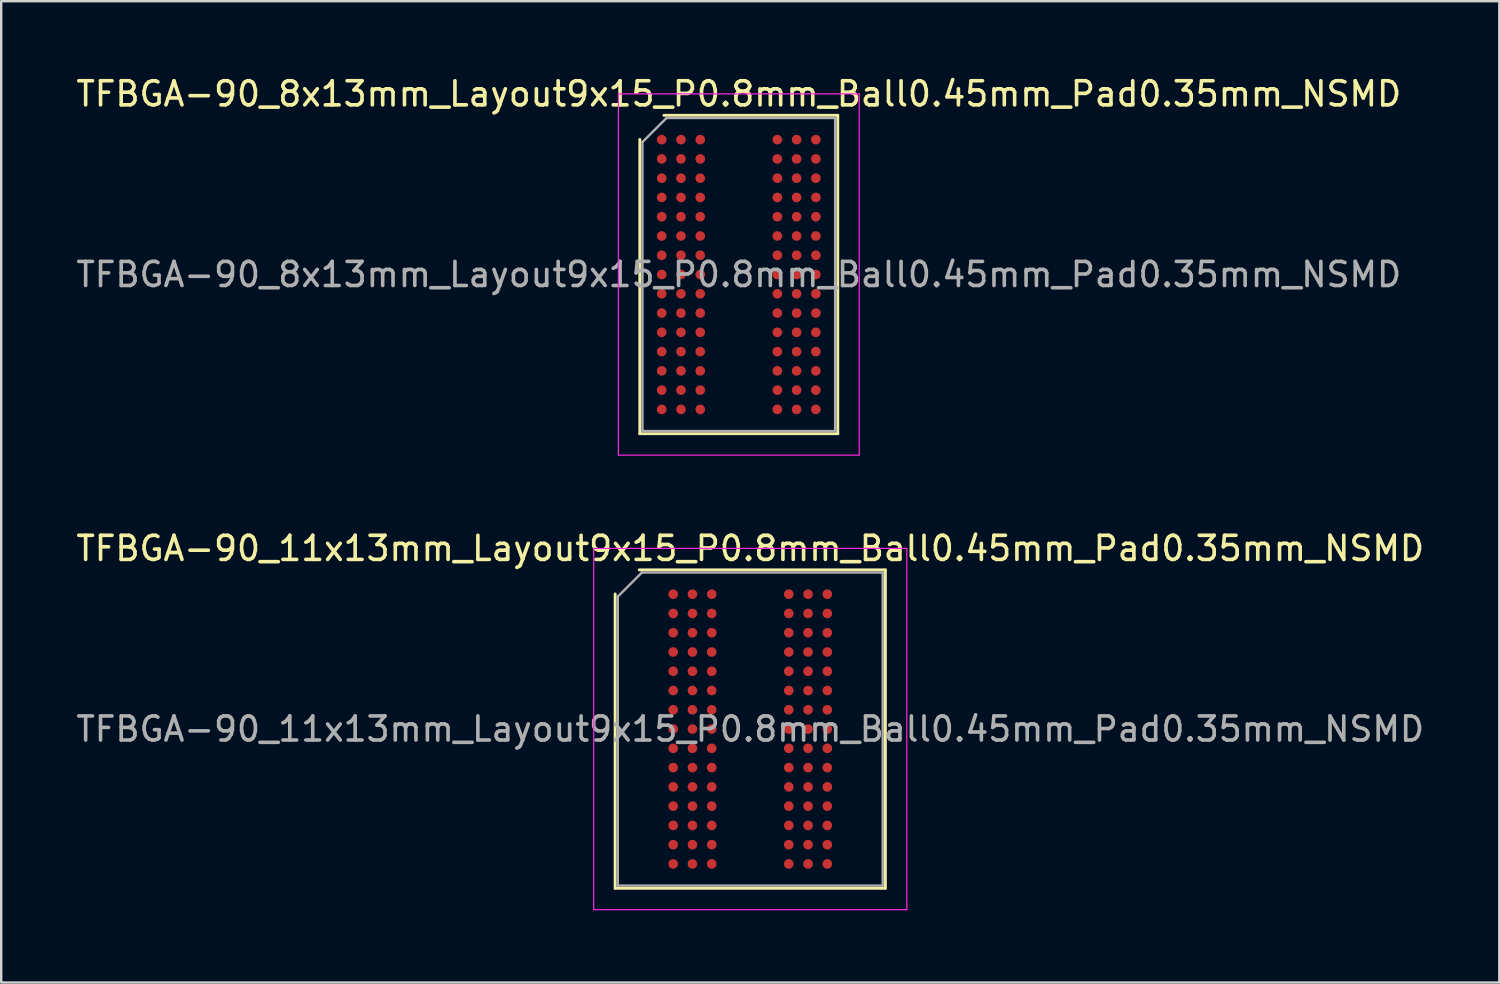
<source format=kicad_pcb>
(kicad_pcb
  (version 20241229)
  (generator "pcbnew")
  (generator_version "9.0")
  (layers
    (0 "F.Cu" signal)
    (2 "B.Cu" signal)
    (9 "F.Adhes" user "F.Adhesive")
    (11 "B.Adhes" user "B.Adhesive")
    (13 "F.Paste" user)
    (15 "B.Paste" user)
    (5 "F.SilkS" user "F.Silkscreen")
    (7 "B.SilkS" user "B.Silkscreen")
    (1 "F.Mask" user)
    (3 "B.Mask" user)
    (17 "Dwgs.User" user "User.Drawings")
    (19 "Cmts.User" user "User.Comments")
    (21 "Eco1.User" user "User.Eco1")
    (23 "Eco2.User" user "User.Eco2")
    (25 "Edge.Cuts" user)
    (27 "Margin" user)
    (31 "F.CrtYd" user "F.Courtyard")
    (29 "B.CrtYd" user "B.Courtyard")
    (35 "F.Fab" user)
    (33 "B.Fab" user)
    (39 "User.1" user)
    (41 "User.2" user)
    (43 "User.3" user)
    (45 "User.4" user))
  (footprint "TFBGA-90_11x13mm_Layout9x15_P0.8mm_Ball0.45mm_Pad0.35mm_NSMD"
    (layer "F.Cu")
    (at 28.101 27.221)
    (property "Reference" "TFBGA-90_11x13mm_Layout9x15_P0.8mm_Ball0.45mm_Pad0.35mm_NSMD" (at 0 -7.5 0) (layer "F.SilkS") (effects (font (size 1 1) (thickness 0.15))))
    (attr smd)
    (fp_line (start -5.61 6.61) (end -5.61 -5.61) (stroke (width 0.12) (type solid)) (layer "F.SilkS"))
    (fp_line (start -4.61 -6.61) (end 5.61 -6.61) (stroke (width 0.12) (type solid)) (layer "F.SilkS"))
    (fp_line (start 5.61 -6.61) (end 5.61 6.61) (stroke (width 0.12) (type solid)) (layer "F.SilkS"))
    (fp_line (start 5.61 6.61) (end -5.61 6.61) (stroke (width 0.12) (type solid)) (layer "F.SilkS"))
    (fp_line (start -6.5 -7.5) (end -6.5 7.5) (stroke (width 0.05) (type solid)) (layer "F.CrtYd"))
    (fp_line (start -6.5 7.5) (end 6.5 7.5) (stroke (width 0.05) (type solid)) (layer "F.CrtYd"))
    (fp_line (start 6.5 -7.5) (end -6.5 -7.5) (stroke (width 0.05) (type solid)) (layer "F.CrtYd"))
    (fp_line (start 6.5 7.5) (end 6.5 -7.5) (stroke (width 0.05) (type solid)) (layer "F.CrtYd"))
    (fp_line (start -5.5 -5.5) (end -4.5 -6.5) (stroke (width 0.1) (type solid)) (layer "F.Fab"))
    (fp_line (start -5.5 6.5) (end -5.5 -5.5) (stroke (width 0.1) (type solid)) (layer "F.Fab"))
    (fp_line (start -4.5 -6.5) (end 5.5 -6.5) (stroke (width 0.1) (type solid)) (layer "F.Fab"))
    (fp_line (start 5.5 -6.5) (end 5.5 6.5) (stroke (width 0.1) (type solid)) (layer "F.Fab"))
    (fp_line (start 5.5 6.5) (end -5.5 6.5) (stroke (width 0.1) (type solid)) (layer "F.Fab"))
    (fp_text user "${REFERENCE}" (at 0 0 0) (layer "F.Fab") (effects (font (size 1 1) (thickness 0.15))))
    (pad "A1" smd circle (at -3.2 -5.6) (size 0.4 0.4) (layers "F.Cu" "F.Mask" "F.Paste"))
    (pad "A2" smd circle (at -2.4 -5.6) (size 0.4 0.4) (layers "F.Cu" "F.Mask" "F.Paste"))
    (pad "A3" smd circle (at -1.6 -5.6) (size 0.4 0.4) (layers "F.Cu" "F.Mask" "F.Paste"))
    (pad "A7" smd circle (at 1.6 -5.6) (size 0.4 0.4) (layers "F.Cu" "F.Mask" "F.Paste"))
    (pad "A8" smd circle (at 2.4 -5.6) (size 0.4 0.4) (layers "F.Cu" "F.Mask" "F.Paste"))
    (pad "A9" smd circle (at 3.2 -5.6) (size 0.4 0.4) (layers "F.Cu" "F.Mask" "F.Paste"))
    (pad "B1" smd circle (at -3.2 -4.8) (size 0.4 0.4) (layers "F.Cu" "F.Mask" "F.Paste"))
    (pad "B2" smd circle (at -2.4 -4.8) (size 0.4 0.4) (layers "F.Cu" "F.Mask" "F.Paste"))
    (pad "B3" smd circle (at -1.6 -4.8) (size 0.4 0.4) (layers "F.Cu" "F.Mask" "F.Paste"))
    (pad "B7" smd circle (at 1.6 -4.8) (size 0.4 0.4) (layers "F.Cu" "F.Mask" "F.Paste"))
    (pad "B8" smd circle (at 2.4 -4.8) (size 0.4 0.4) (layers "F.Cu" "F.Mask" "F.Paste"))
    (pad "B9" smd circle (at 3.2 -4.8) (size 0.4 0.4) (layers "F.Cu" "F.Mask" "F.Paste"))
    (pad "C1" smd circle (at -3.2 -4) (size 0.4 0.4) (layers "F.Cu" "F.Mask" "F.Paste"))
    (pad "C2" smd circle (at -2.4 -4) (size 0.4 0.4) (layers "F.Cu" "F.Mask" "F.Paste"))
    (pad "C3" smd circle (at -1.6 -4) (size 0.4 0.4) (layers "F.Cu" "F.Mask" "F.Paste"))
    (pad "C7" smd circle (at 1.6 -4) (size 0.4 0.4) (layers "F.Cu" "F.Mask" "F.Paste"))
    (pad "C8" smd circle (at 2.4 -4) (size 0.4 0.4) (layers "F.Cu" "F.Mask" "F.Paste"))
    (pad "C9" smd circle (at 3.2 -4) (size 0.4 0.4) (layers "F.Cu" "F.Mask" "F.Paste"))
    (pad "D1" smd circle (at -3.2 -3.2) (size 0.4 0.4) (layers "F.Cu" "F.Mask" "F.Paste"))
    (pad "D2" smd circle (at -2.4 -3.2) (size 0.4 0.4) (layers "F.Cu" "F.Mask" "F.Paste"))
    (pad "D3" smd circle (at -1.6 -3.2) (size 0.4 0.4) (layers "F.Cu" "F.Mask" "F.Paste"))
    (pad "D7" smd circle (at 1.6 -3.2) (size 0.4 0.4) (layers "F.Cu" "F.Mask" "F.Paste"))
    (pad "D8" smd circle (at 2.4 -3.2) (size 0.4 0.4) (layers "F.Cu" "F.Mask" "F.Paste"))
    (pad "D9" smd circle (at 3.2 -3.2) (size 0.4 0.4) (layers "F.Cu" "F.Mask" "F.Paste"))
    (pad "E1" smd circle (at -3.2 -2.4) (size 0.4 0.4) (layers "F.Cu" "F.Mask" "F.Paste"))
    (pad "E2" smd circle (at -2.4 -2.4) (size 0.4 0.4) (layers "F.Cu" "F.Mask" "F.Paste"))
    (pad "E3" smd circle (at -1.6 -2.4) (size 0.4 0.4) (layers "F.Cu" "F.Mask" "F.Paste"))
    (pad "E7" smd circle (at 1.6 -2.4) (size 0.4 0.4) (layers "F.Cu" "F.Mask" "F.Paste"))
    (pad "E8" smd circle (at 2.4 -2.4) (size 0.4 0.4) (layers "F.Cu" "F.Mask" "F.Paste"))
    (pad "E9" smd circle (at 3.2 -2.4) (size 0.4 0.4) (layers "F.Cu" "F.Mask" "F.Paste"))
    (pad "F1" smd circle (at -3.2 -1.6) (size 0.4 0.4) (layers "F.Cu" "F.Mask" "F.Paste"))
    (pad "F2" smd circle (at -2.4 -1.6) (size 0.4 0.4) (layers "F.Cu" "F.Mask" "F.Paste"))
    (pad "F3" smd circle (at -1.6 -1.6) (size 0.4 0.4) (layers "F.Cu" "F.Mask" "F.Paste"))
    (pad "F7" smd circle (at 1.6 -1.6) (size 0.4 0.4) (layers "F.Cu" "F.Mask" "F.Paste"))
    (pad "F8" smd circle (at 2.4 -1.6) (size 0.4 0.4) (layers "F.Cu" "F.Mask" "F.Paste"))
    (pad "F9" smd circle (at 3.2 -1.6) (size 0.4 0.4) (layers "F.Cu" "F.Mask" "F.Paste"))
    (pad "G1" smd circle (at -3.2 -0.8) (size 0.4 0.4) (layers "F.Cu" "F.Mask" "F.Paste"))
    (pad "G2" smd circle (at -2.4 -0.8) (size 0.4 0.4) (layers "F.Cu" "F.Mask" "F.Paste"))
    (pad "G3" smd circle (at -1.6 -0.8) (size 0.4 0.4) (layers "F.Cu" "F.Mask" "F.Paste"))
    (pad "G7" smd circle (at 1.6 -0.8) (size 0.4 0.4) (layers "F.Cu" "F.Mask" "F.Paste"))
    (pad "G8" smd circle (at 2.4 -0.8) (size 0.4 0.4) (layers "F.Cu" "F.Mask" "F.Paste"))
    (pad "G9" smd circle (at 3.2 -0.8) (size 0.4 0.4) (layers "F.Cu" "F.Mask" "F.Paste"))
    (pad "H1" smd circle (at -3.2 0) (size 0.4 0.4) (layers "F.Cu" "F.Mask" "F.Paste"))
    (pad "H2" smd circle (at -2.4 0) (size 0.4 0.4) (layers "F.Cu" "F.Mask" "F.Paste"))
    (pad "H3" smd circle (at -1.6 0) (size 0.4 0.4) (layers "F.Cu" "F.Mask" "F.Paste"))
    (pad "H7" smd circle (at 1.6 0) (size 0.4 0.4) (layers "F.Cu" "F.Mask" "F.Paste"))
    (pad "H8" smd circle (at 2.4 0) (size 0.4 0.4) (layers "F.Cu" "F.Mask" "F.Paste"))
    (pad "H9" smd circle (at 3.2 0) (size 0.4 0.4) (layers "F.Cu" "F.Mask" "F.Paste"))
    (pad "J1" smd circle (at -3.2 0.8) (size 0.4 0.4) (layers "F.Cu" "F.Mask" "F.Paste"))
    (pad "J2" smd circle (at -2.4 0.8) (size 0.4 0.4) (layers "F.Cu" "F.Mask" "F.Paste"))
    (pad "J3" smd circle (at -1.6 0.8) (size 0.4 0.4) (layers "F.Cu" "F.Mask" "F.Paste"))
    (pad "J7" smd circle (at 1.6 0.8) (size 0.4 0.4) (layers "F.Cu" "F.Mask" "F.Paste"))
    (pad "J8" smd circle (at 2.4 0.8) (size 0.4 0.4) (layers "F.Cu" "F.Mask" "F.Paste"))
    (pad "J9" smd circle (at 3.2 0.8) (size 0.4 0.4) (layers "F.Cu" "F.Mask" "F.Paste"))
    (pad "K1" smd circle (at -3.2 1.6) (size 0.4 0.4) (layers "F.Cu" "F.Mask" "F.Paste"))
    (pad "K2" smd circle (at -2.4 1.6) (size 0.4 0.4) (layers "F.Cu" "F.Mask" "F.Paste"))
    (pad "K3" smd circle (at -1.6 1.6) (size 0.4 0.4) (layers "F.Cu" "F.Mask" "F.Paste"))
    (pad "K7" smd circle (at 1.6 1.6) (size 0.4 0.4) (layers "F.Cu" "F.Mask" "F.Paste"))
    (pad "K8" smd circle (at 2.4 1.6) (size 0.4 0.4) (layers "F.Cu" "F.Mask" "F.Paste"))
    (pad "K9" smd circle (at 3.2 1.6) (size 0.4 0.4) (layers "F.Cu" "F.Mask" "F.Paste"))
    (pad "L1" smd circle (at -3.2 2.4) (size 0.4 0.4) (layers "F.Cu" "F.Mask" "F.Paste"))
    (pad "L2" smd circle (at -2.4 2.4) (size 0.4 0.4) (layers "F.Cu" "F.Mask" "F.Paste"))
    (pad "L3" smd circle (at -1.6 2.4) (size 0.4 0.4) (layers "F.Cu" "F.Mask" "F.Paste"))
    (pad "L7" smd circle (at 1.6 2.4) (size 0.4 0.4) (layers "F.Cu" "F.Mask" "F.Paste"))
    (pad "L8" smd circle (at 2.4 2.4) (size 0.4 0.4) (layers "F.Cu" "F.Mask" "F.Paste"))
    (pad "L9" smd circle (at 3.2 2.4) (size 0.4 0.4) (layers "F.Cu" "F.Mask" "F.Paste"))
    (pad "M1" smd circle (at -3.2 3.2) (size 0.4 0.4) (layers "F.Cu" "F.Mask" "F.Paste"))
    (pad "M2" smd circle (at -2.4 3.2) (size 0.4 0.4) (layers "F.Cu" "F.Mask" "F.Paste"))
    (pad "M3" smd circle (at -1.6 3.2) (size 0.4 0.4) (layers "F.Cu" "F.Mask" "F.Paste"))
    (pad "M7" smd circle (at 1.6 3.2) (size 0.4 0.4) (layers "F.Cu" "F.Mask" "F.Paste"))
    (pad "M8" smd circle (at 2.4 3.2) (size 0.4 0.4) (layers "F.Cu" "F.Mask" "F.Paste"))
    (pad "M9" smd circle (at 3.2 3.2) (size 0.4 0.4) (layers "F.Cu" "F.Mask" "F.Paste"))
    (pad "N1" smd circle (at -3.2 4) (size 0.4 0.4) (layers "F.Cu" "F.Mask" "F.Paste"))
    (pad "N2" smd circle (at -2.4 4) (size 0.4 0.4) (layers "F.Cu" "F.Mask" "F.Paste"))
    (pad "N3" smd circle (at -1.6 4) (size 0.4 0.4) (layers "F.Cu" "F.Mask" "F.Paste"))
    (pad "N7" smd circle (at 1.6 4) (size 0.4 0.4) (layers "F.Cu" "F.Mask" "F.Paste"))
    (pad "N8" smd circle (at 2.4 4) (size 0.4 0.4) (layers "F.Cu" "F.Mask" "F.Paste"))
    (pad "N9" smd circle (at 3.2 4) (size 0.4 0.4) (layers "F.Cu" "F.Mask" "F.Paste"))
    (pad "P1" smd circle (at -3.2 4.8) (size 0.4 0.4) (layers "F.Cu" "F.Mask" "F.Paste"))
    (pad "P2" smd circle (at -2.4 4.8) (size 0.4 0.4) (layers "F.Cu" "F.Mask" "F.Paste"))
    (pad "P3" smd circle (at -1.6 4.8) (size 0.4 0.4) (layers "F.Cu" "F.Mask" "F.Paste"))
    (pad "P7" smd circle (at 1.6 4.8) (size 0.4 0.4) (layers "F.Cu" "F.Mask" "F.Paste"))
    (pad "P8" smd circle (at 2.4 4.8) (size 0.4 0.4) (layers "F.Cu" "F.Mask" "F.Paste"))
    (pad "P9" smd circle (at 3.2 4.8) (size 0.4 0.4) (layers "F.Cu" "F.Mask" "F.Paste"))
    (pad "R1" smd circle (at -3.2 5.6) (size 0.4 0.4) (layers "F.Cu" "F.Mask" "F.Paste"))
    (pad "R2" smd circle (at -2.4 5.6) (size 0.4 0.4) (layers "F.Cu" "F.Mask" "F.Paste"))
    (pad "R3" smd circle (at -1.6 5.6) (size 0.4 0.4) (layers "F.Cu" "F.Mask" "F.Paste"))
    (pad "R7" smd circle (at 1.6 5.6) (size 0.4 0.4) (layers "F.Cu" "F.Mask" "F.Paste"))
    (pad "R8" smd circle (at 2.4 5.6) (size 0.4 0.4) (layers "F.Cu" "F.Mask" "F.Paste"))
    (pad "R9" smd circle (at 3.2 5.6) (size 0.4 0.4) (layers "F.Cu" "F.Mask" "F.Paste")))
  (footprint "TFBGA-90_8x13mm_Layout9x15_P0.8mm_Ball0.45mm_Pad0.35mm_NSMD"
    (layer "F.Cu")
    (at 27.625 8.348)
    (property "Reference" "TFBGA-90_8x13mm_Layout9x15_P0.8mm_Ball0.45mm_Pad0.35mm_NSMD" (at 0 -7.5 0) (layer "F.SilkS") (effects (font (size 1 1) (thickness 0.15))))
    (attr smd)
    (fp_line (start -4.11 6.61) (end -4.11 -5.61) (stroke (width 0.12) (type solid)) (layer "F.SilkS"))
    (fp_line (start -3.11 -6.61) (end 4.11 -6.61) (stroke (width 0.12) (type solid)) (layer "F.SilkS"))
    (fp_line (start 4.11 -6.61) (end 4.11 6.61) (stroke (width 0.12) (type solid)) (layer "F.SilkS"))
    (fp_line (start 4.11 6.61) (end -4.11 6.61) (stroke (width 0.12) (type solid)) (layer "F.SilkS"))
    (fp_line (start -5 -7.5) (end -5 7.5) (stroke (width 0.05) (type solid)) (layer "F.CrtYd"))
    (fp_line (start -5 7.5) (end 5 7.5) (stroke (width 0.05) (type solid)) (layer "F.CrtYd"))
    (fp_line (start 5 -7.5) (end -5 -7.5) (stroke (width 0.05) (type solid)) (layer "F.CrtYd"))
    (fp_line (start 5 7.5) (end 5 -7.5) (stroke (width 0.05) (type solid)) (layer "F.CrtYd"))
    (fp_line (start -4 -5.5) (end -3 -6.5) (stroke (width 0.1) (type solid)) (layer "F.Fab"))
    (fp_line (start -4 6.5) (end -4 -5.5) (stroke (width 0.1) (type solid)) (layer "F.Fab"))
    (fp_line (start -3 -6.5) (end 4 -6.5) (stroke (width 0.1) (type solid)) (layer "F.Fab"))
    (fp_line (start 4 -6.5) (end 4 6.5) (stroke (width 0.1) (type solid)) (layer "F.Fab"))
    (fp_line (start 4 6.5) (end -4 6.5) (stroke (width 0.1) (type solid)) (layer "F.Fab"))
    (fp_text user "${REFERENCE}" (at 0 0 0) (layer "F.Fab") (effects (font (size 1 1) (thickness 0.15))))
    (pad "A1" smd circle (at -3.2 -5.6) (size 0.4 0.4) (layers "F.Cu" "F.Mask" "F.Paste"))
    (pad "A2" smd circle (at -2.4 -5.6) (size 0.4 0.4) (layers "F.Cu" "F.Mask" "F.Paste"))
    (pad "A3" smd circle (at -1.6 -5.6) (size 0.4 0.4) (layers "F.Cu" "F.Mask" "F.Paste"))
    (pad "A7" smd circle (at 1.6 -5.6) (size 0.4 0.4) (layers "F.Cu" "F.Mask" "F.Paste"))
    (pad "A8" smd circle (at 2.4 -5.6) (size 0.4 0.4) (layers "F.Cu" "F.Mask" "F.Paste"))
    (pad "A9" smd circle (at 3.2 -5.6) (size 0.4 0.4) (layers "F.Cu" "F.Mask" "F.Paste"))
    (pad "B1" smd circle (at -3.2 -4.8) (size 0.4 0.4) (layers "F.Cu" "F.Mask" "F.Paste"))
    (pad "B2" smd circle (at -2.4 -4.8) (size 0.4 0.4) (layers "F.Cu" "F.Mask" "F.Paste"))
    (pad "B3" smd circle (at -1.6 -4.8) (size 0.4 0.4) (layers "F.Cu" "F.Mask" "F.Paste"))
    (pad "B7" smd circle (at 1.6 -4.8) (size 0.4 0.4) (layers "F.Cu" "F.Mask" "F.Paste"))
    (pad "B8" smd circle (at 2.4 -4.8) (size 0.4 0.4) (layers "F.Cu" "F.Mask" "F.Paste"))
    (pad "B9" smd circle (at 3.2 -4.8) (size 0.4 0.4) (layers "F.Cu" "F.Mask" "F.Paste"))
    (pad "C1" smd circle (at -3.2 -4) (size 0.4 0.4) (layers "F.Cu" "F.Mask" "F.Paste"))
    (pad "C2" smd circle (at -2.4 -4) (size 0.4 0.4) (layers "F.Cu" "F.Mask" "F.Paste"))
    (pad "C3" smd circle (at -1.6 -4) (size 0.4 0.4) (layers "F.Cu" "F.Mask" "F.Paste"))
    (pad "C7" smd circle (at 1.6 -4) (size 0.4 0.4) (layers "F.Cu" "F.Mask" "F.Paste"))
    (pad "C8" smd circle (at 2.4 -4) (size 0.4 0.4) (layers "F.Cu" "F.Mask" "F.Paste"))
    (pad "C9" smd circle (at 3.2 -4) (size 0.4 0.4) (layers "F.Cu" "F.Mask" "F.Paste"))
    (pad "D1" smd circle (at -3.2 -3.2) (size 0.4 0.4) (layers "F.Cu" "F.Mask" "F.Paste"))
    (pad "D2" smd circle (at -2.4 -3.2) (size 0.4 0.4) (layers "F.Cu" "F.Mask" "F.Paste"))
    (pad "D3" smd circle (at -1.6 -3.2) (size 0.4 0.4) (layers "F.Cu" "F.Mask" "F.Paste"))
    (pad "D7" smd circle (at 1.6 -3.2) (size 0.4 0.4) (layers "F.Cu" "F.Mask" "F.Paste"))
    (pad "D8" smd circle (at 2.4 -3.2) (size 0.4 0.4) (layers "F.Cu" "F.Mask" "F.Paste"))
    (pad "D9" smd circle (at 3.2 -3.2) (size 0.4 0.4) (layers "F.Cu" "F.Mask" "F.Paste"))
    (pad "E1" smd circle (at -3.2 -2.4) (size 0.4 0.4) (layers "F.Cu" "F.Mask" "F.Paste"))
    (pad "E2" smd circle (at -2.4 -2.4) (size 0.4 0.4) (layers "F.Cu" "F.Mask" "F.Paste"))
    (pad "E3" smd circle (at -1.6 -2.4) (size 0.4 0.4) (layers "F.Cu" "F.Mask" "F.Paste"))
    (pad "E7" smd circle (at 1.6 -2.4) (size 0.4 0.4) (layers "F.Cu" "F.Mask" "F.Paste"))
    (pad "E8" smd circle (at 2.4 -2.4) (size 0.4 0.4) (layers "F.Cu" "F.Mask" "F.Paste"))
    (pad "E9" smd circle (at 3.2 -2.4) (size 0.4 0.4) (layers "F.Cu" "F.Mask" "F.Paste"))
    (pad "F1" smd circle (at -3.2 -1.6) (size 0.4 0.4) (layers "F.Cu" "F.Mask" "F.Paste"))
    (pad "F2" smd circle (at -2.4 -1.6) (size 0.4 0.4) (layers "F.Cu" "F.Mask" "F.Paste"))
    (pad "F3" smd circle (at -1.6 -1.6) (size 0.4 0.4) (layers "F.Cu" "F.Mask" "F.Paste"))
    (pad "F7" smd circle (at 1.6 -1.6) (size 0.4 0.4) (layers "F.Cu" "F.Mask" "F.Paste"))
    (pad "F8" smd circle (at 2.4 -1.6) (size 0.4 0.4) (layers "F.Cu" "F.Mask" "F.Paste"))
    (pad "F9" smd circle (at 3.2 -1.6) (size 0.4 0.4) (layers "F.Cu" "F.Mask" "F.Paste"))
    (pad "G1" smd circle (at -3.2 -0.8) (size 0.4 0.4) (layers "F.Cu" "F.Mask" "F.Paste"))
    (pad "G2" smd circle (at -2.4 -0.8) (size 0.4 0.4) (layers "F.Cu" "F.Mask" "F.Paste"))
    (pad "G3" smd circle (at -1.6 -0.8) (size 0.4 0.4) (layers "F.Cu" "F.Mask" "F.Paste"))
    (pad "G7" smd circle (at 1.6 -0.8) (size 0.4 0.4) (layers "F.Cu" "F.Mask" "F.Paste"))
    (pad "G8" smd circle (at 2.4 -0.8) (size 0.4 0.4) (layers "F.Cu" "F.Mask" "F.Paste"))
    (pad "G9" smd circle (at 3.2 -0.8) (size 0.4 0.4) (layers "F.Cu" "F.Mask" "F.Paste"))
    (pad "H1" smd circle (at -3.2 0) (size 0.4 0.4) (layers "F.Cu" "F.Mask" "F.Paste"))
    (pad "H2" smd circle (at -2.4 0) (size 0.4 0.4) (layers "F.Cu" "F.Mask" "F.Paste"))
    (pad "H3" smd circle (at -1.6 0) (size 0.4 0.4) (layers "F.Cu" "F.Mask" "F.Paste"))
    (pad "H7" smd circle (at 1.6 0) (size 0.4 0.4) (layers "F.Cu" "F.Mask" "F.Paste"))
    (pad "H8" smd circle (at 2.4 0) (size 0.4 0.4) (layers "F.Cu" "F.Mask" "F.Paste"))
    (pad "H9" smd circle (at 3.2 0) (size 0.4 0.4) (layers "F.Cu" "F.Mask" "F.Paste"))
    (pad "J1" smd circle (at -3.2 0.8) (size 0.4 0.4) (layers "F.Cu" "F.Mask" "F.Paste"))
    (pad "J2" smd circle (at -2.4 0.8) (size 0.4 0.4) (layers "F.Cu" "F.Mask" "F.Paste"))
    (pad "J3" smd circle (at -1.6 0.8) (size 0.4 0.4) (layers "F.Cu" "F.Mask" "F.Paste"))
    (pad "J7" smd circle (at 1.6 0.8) (size 0.4 0.4) (layers "F.Cu" "F.Mask" "F.Paste"))
    (pad "J8" smd circle (at 2.4 0.8) (size 0.4 0.4) (layers "F.Cu" "F.Mask" "F.Paste"))
    (pad "J9" smd circle (at 3.2 0.8) (size 0.4 0.4) (layers "F.Cu" "F.Mask" "F.Paste"))
    (pad "K1" smd circle (at -3.2 1.6) (size 0.4 0.4) (layers "F.Cu" "F.Mask" "F.Paste"))
    (pad "K2" smd circle (at -2.4 1.6) (size 0.4 0.4) (layers "F.Cu" "F.Mask" "F.Paste"))
    (pad "K3" smd circle (at -1.6 1.6) (size 0.4 0.4) (layers "F.Cu" "F.Mask" "F.Paste"))
    (pad "K7" smd circle (at 1.6 1.6) (size 0.4 0.4) (layers "F.Cu" "F.Mask" "F.Paste"))
    (pad "K8" smd circle (at 2.4 1.6) (size 0.4 0.4) (layers "F.Cu" "F.Mask" "F.Paste"))
    (pad "K9" smd circle (at 3.2 1.6) (size 0.4 0.4) (layers "F.Cu" "F.Mask" "F.Paste"))
    (pad "L1" smd circle (at -3.2 2.4) (size 0.4 0.4) (layers "F.Cu" "F.Mask" "F.Paste"))
    (pad "L2" smd circle (at -2.4 2.4) (size 0.4 0.4) (layers "F.Cu" "F.Mask" "F.Paste"))
    (pad "L3" smd circle (at -1.6 2.4) (size 0.4 0.4) (layers "F.Cu" "F.Mask" "F.Paste"))
    (pad "L7" smd circle (at 1.6 2.4) (size 0.4 0.4) (layers "F.Cu" "F.Mask" "F.Paste"))
    (pad "L8" smd circle (at 2.4 2.4) (size 0.4 0.4) (layers "F.Cu" "F.Mask" "F.Paste"))
    (pad "L9" smd circle (at 3.2 2.4) (size 0.4 0.4) (layers "F.Cu" "F.Mask" "F.Paste"))
    (pad "M1" smd circle (at -3.2 3.2) (size 0.4 0.4) (layers "F.Cu" "F.Mask" "F.Paste"))
    (pad "M2" smd circle (at -2.4 3.2) (size 0.4 0.4) (layers "F.Cu" "F.Mask" "F.Paste"))
    (pad "M3" smd circle (at -1.6 3.2) (size 0.4 0.4) (layers "F.Cu" "F.Mask" "F.Paste"))
    (pad "M7" smd circle (at 1.6 3.2) (size 0.4 0.4) (layers "F.Cu" "F.Mask" "F.Paste"))
    (pad "M8" smd circle (at 2.4 3.2) (size 0.4 0.4) (layers "F.Cu" "F.Mask" "F.Paste"))
    (pad "M9" smd circle (at 3.2 3.2) (size 0.4 0.4) (layers "F.Cu" "F.Mask" "F.Paste"))
    (pad "N1" smd circle (at -3.2 4) (size 0.4 0.4) (layers "F.Cu" "F.Mask" "F.Paste"))
    (pad "N2" smd circle (at -2.4 4) (size 0.4 0.4) (layers "F.Cu" "F.Mask" "F.Paste"))
    (pad "N3" smd circle (at -1.6 4) (size 0.4 0.4) (layers "F.Cu" "F.Mask" "F.Paste"))
    (pad "N7" smd circle (at 1.6 4) (size 0.4 0.4) (layers "F.Cu" "F.Mask" "F.Paste"))
    (pad "N8" smd circle (at 2.4 4) (size 0.4 0.4) (layers "F.Cu" "F.Mask" "F.Paste"))
    (pad "N9" smd circle (at 3.2 4) (size 0.4 0.4) (layers "F.Cu" "F.Mask" "F.Paste"))
    (pad "P1" smd circle (at -3.2 4.8) (size 0.4 0.4) (layers "F.Cu" "F.Mask" "F.Paste"))
    (pad "P2" smd circle (at -2.4 4.8) (size 0.4 0.4) (layers "F.Cu" "F.Mask" "F.Paste"))
    (pad "P3" smd circle (at -1.6 4.8) (size 0.4 0.4) (layers "F.Cu" "F.Mask" "F.Paste"))
    (pad "P7" smd circle (at 1.6 4.8) (size 0.4 0.4) (layers "F.Cu" "F.Mask" "F.Paste"))
    (pad "P8" smd circle (at 2.4 4.8) (size 0.4 0.4) (layers "F.Cu" "F.Mask" "F.Paste"))
    (pad "P9" smd circle (at 3.2 4.8) (size 0.4 0.4) (layers "F.Cu" "F.Mask" "F.Paste"))
    (pad "R1" smd circle (at -3.2 5.6) (size 0.4 0.4) (layers "F.Cu" "F.Mask" "F.Paste"))
    (pad "R2" smd circle (at -2.4 5.6) (size 0.4 0.4) (layers "F.Cu" "F.Mask" "F.Paste"))
    (pad "R3" smd circle (at -1.6 5.6) (size 0.4 0.4) (layers "F.Cu" "F.Mask" "F.Paste"))
    (pad "R7" smd circle (at 1.6 5.6) (size 0.4 0.4) (layers "F.Cu" "F.Mask" "F.Paste"))
    (pad "R8" smd circle (at 2.4 5.6) (size 0.4 0.4) (layers "F.Cu" "F.Mask" "F.Paste"))
    (pad "R9" smd circle (at 3.2 5.6) (size 0.4 0.4) (layers "F.Cu" "F.Mask" "F.Paste")))
  (gr_rect
    (start -3 -3)
    (end 59.202 37.746)
    (stroke (width 0.1) (type default))
    (fill no)
    (layer "Edge.Cuts")))
</source>
